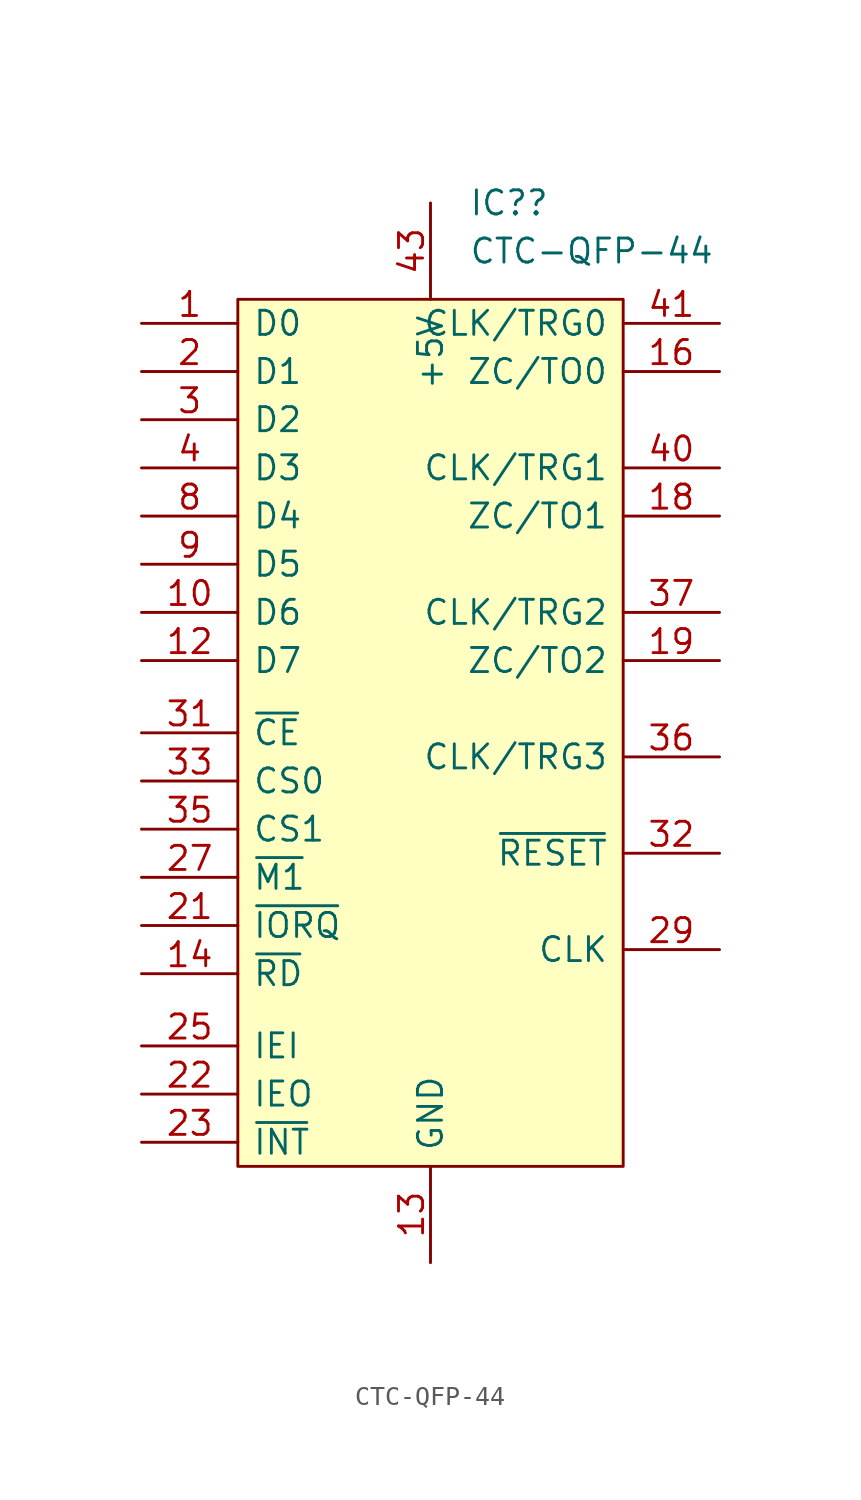
<source format=kicad_sym>
(kicad_symbol_lib
  (version 20211014)
  (generator kicad_symbol_editor)
  (symbol "CTC-QFP-44"
    (pin_names
      (offset 0.762))
    (property "Reference" "IC?"
      (at 12.179 5.08 0)
      (effects (font (size 1.27 1.27)) (justify left)))
    (property "Value" "CTC-QFP-44"
      (at 12.179 2.54 0)
      (effects (font (size 1.27 1.27)) (justify left)))
    (symbol "CTC-QFP-44_0_0"
      (pin bidirectional line (at -5.08 -1.27 0) (length 5.08) (name "D0" (effects (font (size 1.27 1.27)))) (number "1" (effects (font (size 1.27 1.27)))))
      (pin bidirectional line (at -5.08 -16.51 0) (length 5.08) (name "D6" (effects (font (size 1.27 1.27)))) (number "10" (effects (font (size 1.27 1.27)))))
      (pin no_connect line (at 12.7 -10.16 0) (length 2.54) hide (name "NC" (effects (font (size 1.27 1.27)))) (number "11" (effects (font (size 1.27 1.27)))))
      (pin bidirectional line (at -5.08 -19.05 0) (length 5.08) (name "D7" (effects (font (size 1.27 1.27)))) (number "12" (effects (font (size 1.27 1.27)))))
      (pin power_in line (at 10.16 -50.8 90) (length 5.08) (name "GND" (effects (font (size 1.27 1.27)))) (number "13" (effects (font (size 1.27 1.27)))))
      (pin input line (at -5.08 -35.56 0) (length 5.08) (name "~{RD}" (effects (font (size 1.27 1.27)))) (number "14" (effects (font (size 1.27 1.27)))))
      (pin no_connect line (at 12.7 -17.78 0) (length 2.54) hide (name "NC" (effects (font (size 1.27 1.27)))) (number "15" (effects (font (size 1.27 1.27)))))
      (pin output line (at 25.4 -3.81 180) (length 5.08) (name "ZC/TO0" (effects (font (size 1.27 1.27)))) (number "16" (effects (font (size 1.27 1.27)))))
      (pin no_connect line (at 12.7 -12.7 0) (length 2.54) hide (name "NC" (effects (font (size 1.27 1.27)))) (number "17" (effects (font (size 1.27 1.27)))))
      (pin output line (at 25.4 -11.43 180) (length 5.08) (name "ZC/TO1" (effects (font (size 1.27 1.27)))) (number "18" (effects (font (size 1.27 1.27)))))
      (pin output line (at 25.4 -19.05 180) (length 5.08) (name "ZC/TO2" (effects (font (size 1.27 1.27)))) (number "19" (effects (font (size 1.27 1.27)))))
      (pin bidirectional line (at -5.08 -3.81 0) (length 5.08) (name "D1" (effects (font (size 1.27 1.27)))) (number "2" (effects (font (size 1.27 1.27)))))
      (pin no_connect line (at 12.7 -20.32 0) (length 2.54) hide (name "NC" (effects (font (size 1.27 1.27)))) (number "20" (effects (font (size 1.27 1.27)))))
      (pin input line (at -5.08 -33.02 0) (length 5.08) (name "~{IORQ}" (effects (font (size 1.27 1.27)))) (number "21" (effects (font (size 1.27 1.27)))))
      (pin output line (at -5.08 -41.91 0) (length 5.08) (name "IEO" (effects (font (size 1.27 1.27)))) (number "22" (effects (font (size 1.27 1.27)))))
      (pin open_collector line (at -5.08 -44.45 0) (length 5.08) (name "~{INT}" (effects (font (size 1.27 1.27)))) (number "23" (effects (font (size 1.27 1.27)))))
      (pin no_connect line (at 12.7 -15.24 0) (length 2.54) hide (name "NC" (effects (font (size 1.27 1.27)))) (number "24" (effects (font (size 1.27 1.27)))))
      (pin input line (at -5.08 -39.37 0) (length 5.08) (name "IEI" (effects (font (size 1.27 1.27)))) (number "25" (effects (font (size 1.27 1.27)))))
      (pin no_connect line (at 12.7 -22.86 0) (length 2.54) hide (name "NC" (effects (font (size 1.27 1.27)))) (number "26" (effects (font (size 1.27 1.27)))))
      (pin input line (at -5.08 -30.48 0) (length 5.08) (name "~{M1}" (effects (font (size 1.27 1.27)))) (number "27" (effects (font (size 1.27 1.27)))))
      (pin no_connect line (at 12.7 -25.4 0) (length 2.54) hide (name "NC" (effects (font (size 1.27 1.27)))) (number "28" (effects (font (size 1.27 1.27)))))
      (pin input line (at 25.4 -34.29 180) (length 5.08) (name "CLK" (effects (font (size 1.27 1.27)))) (number "29" (effects (font (size 1.27 1.27)))))
      (pin bidirectional line (at -5.08 -6.35 0) (length 5.08) (name "D2" (effects (font (size 1.27 1.27)))) (number "3" (effects (font (size 1.27 1.27)))))
      (pin no_connect line (at 12.7 -43.18 0) (length 2.54) hide (name "NC" (effects (font (size 1.27 1.27)))) (number "30" (effects (font (size 1.27 1.27)))))
      (pin input line (at -5.08 -22.86 0) (length 5.08) (name "~{CE}" (effects (font (size 1.27 1.27)))) (number "31" (effects (font (size 1.27 1.27)))))
      (pin input line (at 25.4 -29.21 180) (length 5.08) (name "~{RESET}" (effects (font (size 1.27 1.27)))) (number "32" (effects (font (size 1.27 1.27)))))
      (pin input line (at -5.08 -25.4 0) (length 5.08) (name "CS0" (effects (font (size 1.27 1.27)))) (number "33" (effects (font (size 1.27 1.27)))))
      (pin no_connect line (at 12.7 -27.94 0) (length 2.54) hide (name "NC" (effects (font (size 1.27 1.27)))) (number "34" (effects (font (size 1.27 1.27)))))
      (pin input line (at -5.08 -27.94 0) (length 5.08) (name "CS1" (effects (font (size 1.27 1.27)))) (number "35" (effects (font (size 1.27 1.27)))))
      (pin input line (at 25.4 -24.13 180) (length 5.08) (name "CLK/TRG3" (effects (font (size 1.27 1.27)))) (number "36" (effects (font (size 1.27 1.27)))))
      (pin input line (at 25.4 -16.51 180) (length 5.08) (name "CLK/TRG2" (effects (font (size 1.27 1.27)))) (number "37" (effects (font (size 1.27 1.27)))))
      (pin no_connect line (at 12.7 -35.56 0) (length 2.54) hide (name "NC" (effects (font (size 1.27 1.27)))) (number "38" (effects (font (size 1.27 1.27)))))
      (pin no_connect line (at 12.7 -40.64 0) (length 2.54) hide (name "NC" (effects (font (size 1.27 1.27)))) (number "39" (effects (font (size 1.27 1.27)))))
      (pin bidirectional line (at -5.08 -8.89 0) (length 5.08) (name "D3" (effects (font (size 1.27 1.27)))) (number "4" (effects (font (size 1.27 1.27)))))
      (pin input line (at 25.4 -8.89 180) (length 5.08) (name "CLK/TRG1" (effects (font (size 1.27 1.27)))) (number "40" (effects (font (size 1.27 1.27)))))
      (pin input line (at 25.4 -1.27 180) (length 5.08) (name "CLK/TRG0" (effects (font (size 1.27 1.27)))) (number "41" (effects (font (size 1.27 1.27)))))
      (pin no_connect line (at 12.7 -33.02 0) (length 2.54) hide (name "NC" (effects (font (size 1.27 1.27)))) (number "42" (effects (font (size 1.27 1.27)))))
      (pin power_in line (at 10.16 5.08 270) (length 5.08) (name "+5V" (effects (font (size 1.27 1.27)))) (number "43" (effects (font (size 1.27 1.27)))))
      (pin no_connect line (at 12.7 -38.1 0) (length 2.54) hide (name "NC" (effects (font (size 1.27 1.27)))) (number "44" (effects (font (size 1.27 1.27)))))
      (pin no_connect line (at 12.7 -30.48 0) (length 2.54) hide (name "NC" (effects (font (size 1.27 1.27)))) (number "5" (effects (font (size 1.27 1.27)))))
      (pin no_connect line (at 12.7 -7.62 0) (length 2.54) hide (name "NC" (effects (font (size 1.27 1.27)))) (number "6" (effects (font (size 1.27 1.27)))))
      (pin no_connect line (at 12.7 -5.08 0) (length 2.54) hide (name "NC" (effects (font (size 1.27 1.27)))) (number "7" (effects (font (size 1.27 1.27)))))
      (pin bidirectional line (at -5.08 -11.43 0) (length 5.08) (name "D4" (effects (font (size 1.27 1.27)))) (number "8" (effects (font (size 1.27 1.27)))))
      (pin bidirectional line (at -5.08 -13.97 0) (length 5.08) (name "D5" (effects (font (size 1.27 1.27)))) (number "9" (effects (font (size 1.27 1.27))))))
    (symbol "CTC-QFP-44_0_1"
      (rectangle (start 0 0) (end 20.32 -45.72) (stroke (width 0) (type default) (color 0 0 0 0)) (fill (type background))))))
</source>
